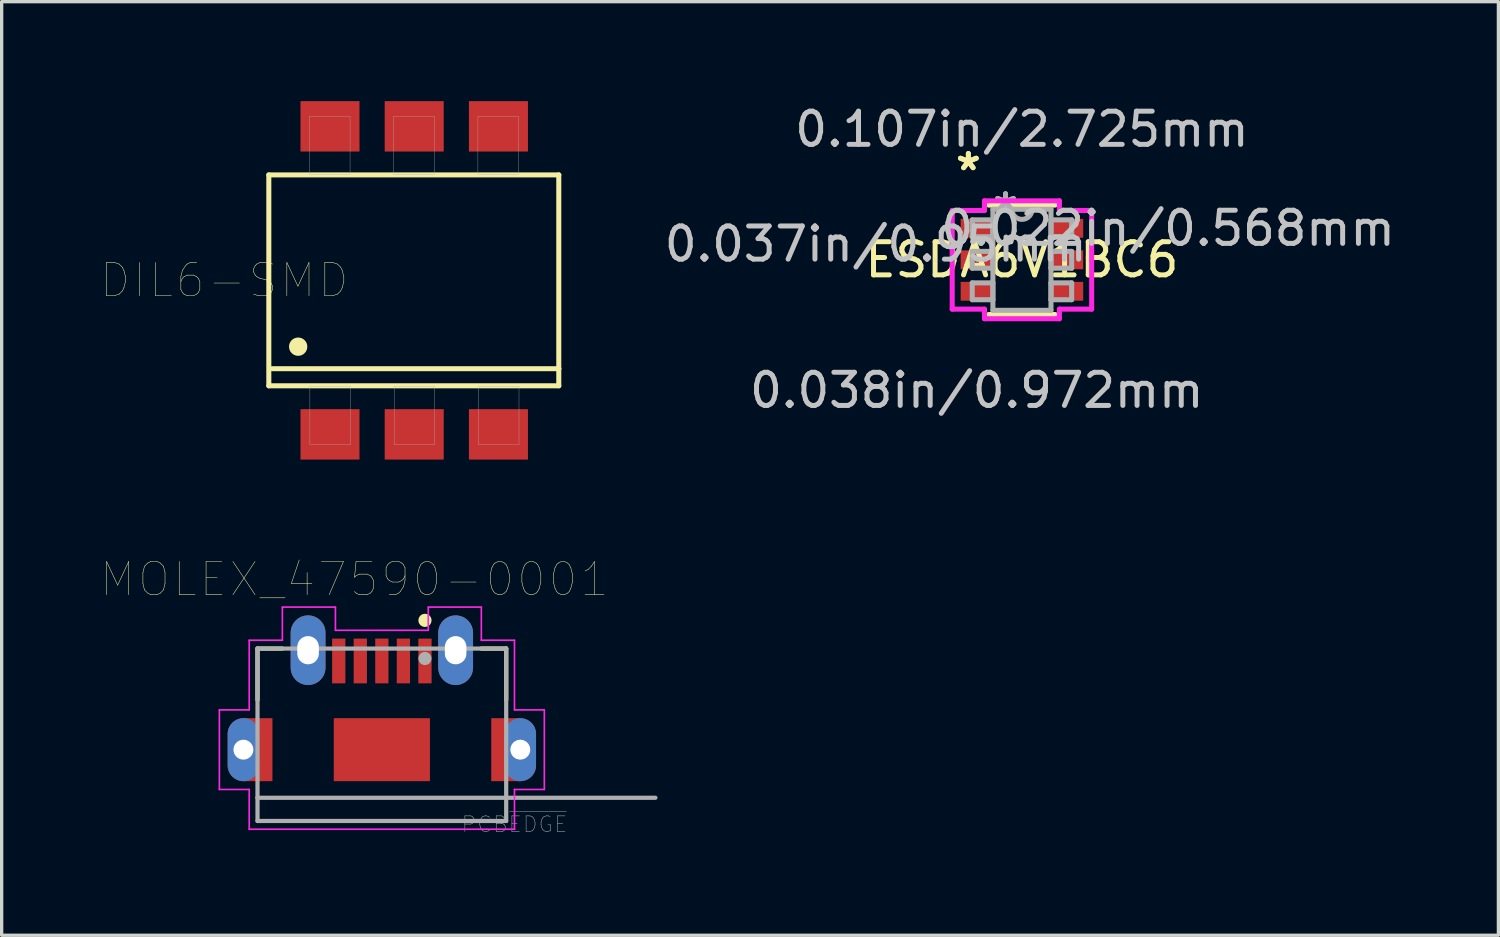
<source format=kicad_pcb>
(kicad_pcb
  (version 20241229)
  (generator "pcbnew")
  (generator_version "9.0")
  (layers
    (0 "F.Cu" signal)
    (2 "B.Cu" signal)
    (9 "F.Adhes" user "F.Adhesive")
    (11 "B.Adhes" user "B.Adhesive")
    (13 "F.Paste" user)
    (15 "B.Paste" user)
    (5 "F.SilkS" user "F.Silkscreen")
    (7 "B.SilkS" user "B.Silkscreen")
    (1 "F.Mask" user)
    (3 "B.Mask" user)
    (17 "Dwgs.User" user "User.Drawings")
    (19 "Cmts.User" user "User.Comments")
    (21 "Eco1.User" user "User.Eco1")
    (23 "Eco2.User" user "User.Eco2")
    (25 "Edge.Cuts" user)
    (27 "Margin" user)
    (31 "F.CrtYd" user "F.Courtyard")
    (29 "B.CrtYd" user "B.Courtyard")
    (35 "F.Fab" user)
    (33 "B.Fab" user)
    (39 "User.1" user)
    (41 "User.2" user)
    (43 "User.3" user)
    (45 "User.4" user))
  (footprint "ESDA6V1BC6"
    (layer "F.Cu")
    (at 27.77 4.785)
    (property "Reference" "ESDA6V1BC6" (at 0 0 0) (layer "F.SilkS") (effects (font (size 1 1) (thickness 0.15))))
    (attr through_hole)
    (fp_line (start -1.003 1.651) (end 1.003 1.651) (stroke (width 0.152) (type solid)) (layer "F.SilkS"))
    (fp_line (start 1.003 -1.651) (end -1.003 -1.651) (stroke (width 0.152) (type solid)) (layer "F.SilkS"))
    (fp_line (start -2.103 -1.488) (end -1.13 -1.488) (stroke (width 0.152) (type solid)) (layer "F.CrtYd"))
    (fp_line (start -2.103 1.488) (end -2.103 -1.488) (stroke (width 0.152) (type solid)) (layer "F.CrtYd"))
    (fp_line (start -1.13 -1.778) (end 1.13 -1.778) (stroke (width 0.152) (type solid)) (layer "F.CrtYd"))
    (fp_line (start -1.13 -1.488) (end -1.13 -1.778) (stroke (width 0.152) (type solid)) (layer "F.CrtYd"))
    (fp_line (start -1.13 1.488) (end -2.103 1.488) (stroke (width 0.152) (type solid)) (layer "F.CrtYd"))
    (fp_line (start -1.13 1.778) (end -1.13 1.488) (stroke (width 0.152) (type solid)) (layer "F.CrtYd"))
    (fp_line (start 1.13 -1.778) (end 1.13 -1.488) (stroke (width 0.152) (type solid)) (layer "F.CrtYd"))
    (fp_line (start 1.13 -1.488) (end 2.103 -1.488) (stroke (width 0.152) (type solid)) (layer "F.CrtYd"))
    (fp_line (start 1.13 1.488) (end 1.13 1.778) (stroke (width 0.152) (type solid)) (layer "F.CrtYd"))
    (fp_line (start 1.13 1.778) (end -1.13 1.778) (stroke (width 0.152) (type solid)) (layer "F.CrtYd"))
    (fp_line (start 2.103 -1.488) (end 2.103 1.488) (stroke (width 0.152) (type solid)) (layer "F.CrtYd"))
    (fp_line (start 2.103 1.488) (end 1.13 1.488) (stroke (width 0.152) (type solid)) (layer "F.CrtYd"))
    (fp_line (start -1.499 -1.204) (end -1.499 -0.696) (stroke (width 0.152) (type solid)) (layer "F.Fab"))
    (fp_line (start -1.499 -0.696) (end -0.876 -0.696) (stroke (width 0.152) (type solid)) (layer "F.Fab"))
    (fp_line (start -1.499 -0.254) (end -1.499 0.254) (stroke (width 0.152) (type solid)) (layer "F.Fab"))
    (fp_line (start -1.499 0.254) (end -0.876 0.254) (stroke (width 0.152) (type solid)) (layer "F.Fab"))
    (fp_line (start -1.499 0.696) (end -1.499 1.204) (stroke (width 0.152) (type solid)) (layer "F.Fab"))
    (fp_line (start -1.499 1.204) (end -0.876 1.204) (stroke (width 0.152) (type solid)) (layer "F.Fab"))
    (fp_line (start -0.876 -1.524) (end -0.876 1.524) (stroke (width 0.152) (type solid)) (layer "F.Fab"))
    (fp_line (start -0.876 -1.204) (end -1.499 -1.204) (stroke (width 0.152) (type solid)) (layer "F.Fab"))
    (fp_line (start -0.876 -0.696) (end -0.876 -1.204) (stroke (width 0.152) (type solid)) (layer "F.Fab"))
    (fp_line (start -0.876 -0.254) (end -1.499 -0.254) (stroke (width 0.152) (type solid)) (layer "F.Fab"))
    (fp_line (start -0.876 0.254) (end -0.876 -0.254) (stroke (width 0.152) (type solid)) (layer "F.Fab"))
    (fp_line (start -0.876 0.696) (end -1.499 0.696) (stroke (width 0.152) (type solid)) (layer "F.Fab"))
    (fp_line (start -0.876 1.204) (end -0.876 0.696) (stroke (width 0.152) (type solid)) (layer "F.Fab"))
    (fp_line (start -0.876 1.524) (end 0.876 1.524) (stroke (width 0.152) (type solid)) (layer "F.Fab"))
    (fp_line (start 0.876 -1.524) (end -0.876 -1.524) (stroke (width 0.152) (type solid)) (layer "F.Fab"))
    (fp_line (start 0.876 -1.204) (end 0.876 -0.696) (stroke (width 0.152) (type solid)) (layer "F.Fab"))
    (fp_line (start 0.876 -0.696) (end 1.499 -0.696) (stroke (width 0.152) (type solid)) (layer "F.Fab"))
    (fp_line (start 0.876 -0.254) (end 0.876 0.254) (stroke (width 0.152) (type solid)) (layer "F.Fab"))
    (fp_line (start 0.876 0.254) (end 1.499 0.254) (stroke (width 0.152) (type solid)) (layer "F.Fab"))
    (fp_line (start 0.876 0.696) (end 0.876 1.204) (stroke (width 0.152) (type solid)) (layer "F.Fab"))
    (fp_line (start 0.876 1.204) (end 1.499 1.204) (stroke (width 0.152) (type solid)) (layer "F.Fab"))
    (fp_line (start 0.876 1.524) (end 0.876 -1.524) (stroke (width 0.152) (type solid)) (layer "F.Fab"))
    (fp_line (start 1.499 -1.204) (end 0.876 -1.204) (stroke (width 0.152) (type solid)) (layer "F.Fab"))
    (fp_line (start 1.499 -0.696) (end 1.499 -1.204) (stroke (width 0.152) (type solid)) (layer "F.Fab"))
    (fp_line (start 1.499 -0.254) (end 0.876 -0.254) (stroke (width 0.152) (type solid)) (layer "F.Fab"))
    (fp_line (start 1.499 0.254) (end 1.499 -0.254) (stroke (width 0.152) (type solid)) (layer "F.Fab"))
    (fp_line (start 1.499 0.696) (end 0.876 0.696) (stroke (width 0.152) (type solid)) (layer "F.Fab"))
    (fp_line (start 1.499 1.204) (end 1.499 0.696) (stroke (width 0.152) (type solid)) (layer "F.Fab"))
    (fp_arc (start 0.3048 -1.524) (mid 0 -1.2192) (end -0.3048 -1.524) (stroke (width 0.1524) (type solid)) (layer "F.Fab"))
    (fp_text user "*" (at -1.616 -2.661 0) (layer "F.SilkS") (effects (font (size 1 1) (thickness 0.15))))
    (fp_text user "*" (at -1.616 -2.661 0) (layer "F.SilkS") (effects (font (size 1 1) (thickness 0.15))))
    (fp_text user "0.037in/0.95mm" (at -4.41 -0.475 0) (layer "Dwgs.User") (effects (font (size 1 1) (thickness 0.15))))
    (fp_text user "0.022in/0.568mm" (at 4.41 -0.95 0) (layer "Dwgs.User") (effects (font (size 1 1) (thickness 0.15))))
    (fp_text user "0.038in/0.972mm" (at -1.362 3.937 0) (layer "Dwgs.User") (effects (font (size 1 1) (thickness 0.15))))
    (fp_text user "0.107in/2.725mm" (at 0 -3.937 0) (layer "Dwgs.User") (effects (font (size 1 1) (thickness 0.15))))
    (fp_text user "Copyright 2016 Accelerated Designs. All rights reserved." (at 0 0 0) (layer "Cmts.User") (effects (font (size 0.127 0.127) (thickness 0.002))))
    (fp_text user "*" (at -0.495 -1.448 0) (layer "F.Fab") (effects (font (size 1 1) (thickness 0.15))))
    (fp_text user "*" (at -0.495 -1.448 0) (layer "F.Fab") (effects (font (size 1 1) (thickness 0.15))))
    (pad "1" smd rect (at -1.362 -0.95) (size 0.972 0.568) (layers "F.Cu" "F.Mask" "F.Paste"))
    (pad "2" smd rect (at -1.362 0) (size 0.972 0.568) (layers "F.Cu" "F.Mask" "F.Paste"))
    (pad "3" smd rect (at -1.362 0.95) (size 0.972 0.568) (layers "F.Cu" "F.Mask" "F.Paste"))
    (pad "4" smd rect (at 1.362 0.95) (size 0.972 0.568) (layers "F.Cu" "F.Mask" "F.Paste"))
    (pad "5" smd rect (at 1.362 0) (size 0.972 0.568) (layers "F.Cu" "F.Mask" "F.Paste"))
    (pad "6" smd rect (at 1.362 -0.95) (size 0.972 0.568) (layers "F.Cu" "F.Mask" "F.Paste")))
  (footprint "DIL6-SMD"
    (layer "F.Cu")
    (at 9.442 5.405)
    (property "Reference" "DIL6-SMD" (at -5.726 -0.00001 180) (layer "F.SilkS") (effects (font (size 1.002 1.002) (thickness 0.015))))
    (attr through_hole)
    (fp_line (start -4.385 -3.18) (end 4.36 -3.18) (stroke (width 0.152) (type solid)) (layer "F.SilkS"))
    (fp_line (start -4.385 3.18) (end -4.385 -3.18) (stroke (width 0.152) (type solid)) (layer "F.SilkS"))
    (fp_line (start 4.36 -3.18) (end 4.36 2.664) (stroke (width 0.152) (type solid)) (layer "F.SilkS"))
    (fp_line (start 4.36 2.664) (end -4.285 2.664) (stroke (width 0.152) (type solid)) (layer "F.SilkS"))
    (fp_line (start 4.36 2.664) (end 4.36 3.18) (stroke (width 0.152) (type solid)) (layer "F.SilkS"))
    (fp_line (start 4.36 3.18) (end -4.385 3.18) (stroke (width 0.152) (type solid)) (layer "F.SilkS"))
    (fp_circle (center -3.5 2) (end -3.224 2) (stroke (width 0) (type solid)) (fill yes) (layer "F.SilkS"))
    (fp_poly (pts (xy -3.163 -4.95) (xy -1.935 -4.95) (xy -1.935 -3.203) (xy -3.163 -3.203)) (stroke (width 0.01) (type solid)) (fill no) (layer "F.Fab"))
    (fp_poly (pts (xy -3.146 3.2) (xy -1.92 3.2) (xy -1.92 4.951) (xy -3.146 4.951)) (stroke (width 0.01) (type solid)) (fill no) (layer "F.Fab"))
    (fp_poly (pts (xy -0.621 -4.95) (xy 0.605 -4.95) (xy 0.605 -3.203) (xy -0.621 -3.203)) (stroke (width 0.01) (type solid)) (fill no) (layer "F.Fab"))
    (fp_poly (pts (xy -0.605 3.2) (xy 0.62 3.2) (xy 0.62 4.953) (xy -0.605 4.953)) (stroke (width 0.01) (type solid)) (fill no) (layer "F.Fab"))
    (fp_poly (pts (xy 1.921 -4.95) (xy 3.145 -4.95) (xy 3.145 -3.202) (xy 1.921 -3.202)) (stroke (width 0.01) (type solid)) (fill no) (layer "F.Fab"))
    (fp_poly (pts (xy 1.939 3.2) (xy 3.16 3.2) (xy 3.16 4.959) (xy 1.939 4.959)) (stroke (width 0.01) (type solid)) (fill no) (layer "F.Fab"))
    (pad "1" smd rect (at -2.54 4.645) (size 1.78 1.52) (layers "F.Cu" "F.Mask" "F.Paste"))
    (pad "2" smd rect (at 0 4.645) (size 1.78 1.52) (layers "F.Cu" "F.Mask" "F.Paste"))
    (pad "3" smd rect (at 2.54 4.645) (size 1.78 1.52) (layers "F.Cu" "F.Mask" "F.Paste"))
    (pad "4" smd rect (at 2.54 -4.645) (size 1.78 1.52) (layers "F.Cu" "F.Mask" "F.Paste"))
    (pad "5" smd rect (at 0 -4.645) (size 1.78 1.52) (layers "F.Cu" "F.Mask" "F.Paste"))
    (pad "6" smd rect (at -2.54 -4.645) (size 1.78 1.52) (layers "F.Cu" "F.Mask" "F.Paste")))
  (footprint "MOLEX_47590-0001"
    (layer "F.Cu")
    (at 8.466 19.559)
    (property "Reference" "MOLEX_47590-0001" (at -0.825 -5.137 0) (layer "F.SilkS") (effects (font (size 1 1) (thickness 0.015))))
    (attr through_hole)
    (fp_line (start -3.75 -3.05) (end -3.75 -1.5) (stroke (width 0.127) (type solid)) (layer "F.SilkS"))
    (fp_line (start -3 -3.05) (end -3.75 -3.05) (stroke (width 0.127) (type solid)) (layer "F.SilkS"))
    (fp_line (start 3 -3.05) (end 3.75 -3.05) (stroke (width 0.127) (type solid)) (layer "F.SilkS"))
    (fp_line (start 3.75 -3.05) (end 3.75 -1.5) (stroke (width 0.127) (type solid)) (layer "F.SilkS"))
    (fp_circle (center 1.3 -3.9) (end 1.4 -3.9) (stroke (width 0.2) (type solid)) (fill no) (layer "F.SilkS"))
    (fp_line (start -4.475 0) (end -4.475 -0.35) (stroke (width 0.0001) (type solid)) (layer "Edge.Cuts"))
    (fp_line (start -4.475 0.35) (end -4.475 0) (stroke (width 0.0001) (type solid)) (layer "Edge.Cuts"))
    (fp_line (start -3.875 -0.35) (end -3.875 0) (stroke (width 0.0001) (type solid)) (layer "Edge.Cuts"))
    (fp_line (start -3.875 0) (end -3.875 0.35) (stroke (width 0.0001) (type solid)) (layer "Edge.Cuts"))
    (fp_line (start -2.8 1.45) (end -4.7 1.45) (stroke (width 0.0001) (type solid)) (layer "Edge.Cuts"))
    (fp_line (start -2.8 1.45) (end -2.8 -0.125) (stroke (width 0.0001) (type solid)) (layer "Edge.Cuts"))
    (fp_line (start -1.95 -0.125) (end -1.95 1.45) (stroke (width 0.0001) (type solid)) (layer "Edge.Cuts"))
    (fp_line (start -1.95 1.45) (end 1.95 1.45) (stroke (width 0.0001) (type solid)) (layer "Edge.Cuts"))
    (fp_line (start 1.95 1.45) (end 1.95 -0.125) (stroke (width 0.0001) (type solid)) (layer "Edge.Cuts"))
    (fp_line (start 2.8 -0.125) (end 2.8 1.45) (stroke (width 0.0001) (type solid)) (layer "Edge.Cuts"))
    (fp_line (start 2.8 1.45) (end 4.7 1.45) (stroke (width 0.0001) (type solid)) (layer "Edge.Cuts"))
    (fp_line (start 3.875 -0.35) (end 3.875 0) (stroke (width 0.0001) (type solid)) (layer "Edge.Cuts"))
    (fp_line (start 3.875 0) (end 3.875 0.35) (stroke (width 0.0001) (type solid)) (layer "Edge.Cuts"))
    (fp_line (start 4.475 0) (end 4.475 -0.35) (stroke (width 0.0001) (type solid)) (layer "Edge.Cuts"))
    (fp_line (start 4.475 0.35) (end 4.475 0) (stroke (width 0.0001) (type solid)) (layer "Edge.Cuts"))
    (fp_arc (start -4.475 -0.35) (mid -4.387132 -0.562132) (end -4.175 -0.65) (stroke (width 0.0001) (type solid)) (layer "Edge.Cuts"))
    (fp_arc (start -4.175 -0.65) (mid -3.962868 -0.562132) (end -3.875 -0.35) (stroke (width 0.0001) (type solid)) (layer "Edge.Cuts"))
    (fp_arc (start -4.175 0.65) (mid -4.387132 0.562132) (end -4.475 0.35) (stroke (width 0.0001) (type solid)) (layer "Edge.Cuts"))
    (fp_arc (start -3.875 0.35) (mid -3.962868 0.562132) (end -4.175 0.65) (stroke (width 0.0001) (type solid)) (layer "Edge.Cuts"))
    (fp_arc (start -2.8 -0.125) (mid -2.375 -0.55) (end -1.95 -0.125) (stroke (width 0.0001) (type solid)) (layer "Edge.Cuts"))
    (fp_arc (start 1.95 -0.125) (mid 2.375 -0.55) (end 2.8 -0.125) (stroke (width 0.0001) (type solid)) (layer "Edge.Cuts"))
    (fp_arc (start 3.875 -0.35) (mid 3.962868 -0.562132) (end 4.175 -0.65) (stroke (width 0.0001) (type solid)) (layer "Edge.Cuts"))
    (fp_arc (start 4.175 -0.65) (mid 4.387132 -0.562132) (end 4.475 -0.35) (stroke (width 0.0001) (type solid)) (layer "Edge.Cuts"))
    (fp_arc (start 4.175 0.65) (mid 3.962868 0.562132) (end 3.875 0.35) (stroke (width 0.0001) (type solid)) (layer "Edge.Cuts"))
    (fp_arc (start 4.475 0.35) (mid 4.387132 0.562132) (end 4.175 0.65) (stroke (width 0.0001) (type solid)) (layer "Edge.Cuts"))
    (fp_line (start -4.9 -1.2) (end -4 -1.2) (stroke (width 0.05) (type solid)) (layer "F.CrtYd"))
    (fp_line (start -4.9 1.2) (end -4.9 -1.2) (stroke (width 0.05) (type solid)) (layer "F.CrtYd"))
    (fp_line (start -4 -3.3) (end -3 -3.3) (stroke (width 0.05) (type solid)) (layer "F.CrtYd"))
    (fp_line (start -4 -1.2) (end -4 -3.3) (stroke (width 0.05) (type solid)) (layer "F.CrtYd"))
    (fp_line (start -4 1.2) (end -4.9 1.2) (stroke (width 0.05) (type solid)) (layer "F.CrtYd"))
    (fp_line (start -4 2.4) (end -4 1.2) (stroke (width 0.05) (type solid)) (layer "F.CrtYd"))
    (fp_line (start -3 -4.3) (end -1.4 -4.3) (stroke (width 0.05) (type solid)) (layer "F.CrtYd"))
    (fp_line (start -3 -3.3) (end -3 -4.3) (stroke (width 0.05) (type solid)) (layer "F.CrtYd"))
    (fp_line (start -1.4 -4.3) (end -1.4 -3.6) (stroke (width 0.05) (type solid)) (layer "F.CrtYd"))
    (fp_line (start -1.4 -3.6) (end 1.4 -3.6) (stroke (width 0.05) (type solid)) (layer "F.CrtYd"))
    (fp_line (start 1.4 -4.3) (end 3 -4.3) (stroke (width 0.05) (type solid)) (layer "F.CrtYd"))
    (fp_line (start 1.4 -3.6) (end 1.4 -4.3) (stroke (width 0.05) (type solid)) (layer "F.CrtYd"))
    (fp_line (start 3 -4.3) (end 3 -3.3) (stroke (width 0.05) (type solid)) (layer "F.CrtYd"))
    (fp_line (start 3 -3.3) (end 4 -3.3) (stroke (width 0.05) (type solid)) (layer "F.CrtYd"))
    (fp_line (start 4 -3.3) (end 4 -1.2) (stroke (width 0.05) (type solid)) (layer "F.CrtYd"))
    (fp_line (start 4 -1.2) (end 4.9 -1.2) (stroke (width 0.05) (type solid)) (layer "F.CrtYd"))
    (fp_line (start 4 1.2) (end 4 2.4) (stroke (width 0.05) (type solid)) (layer "F.CrtYd"))
    (fp_line (start 4 2.4) (end -4 2.4) (stroke (width 0.05) (type solid)) (layer "F.CrtYd"))
    (fp_line (start 4.9 -1.2) (end 4.9 1.2) (stroke (width 0.05) (type solid)) (layer "F.CrtYd"))
    (fp_line (start 4.9 1.2) (end 4 1.2) (stroke (width 0.05) (type solid)) (layer "F.CrtYd"))
    (fp_line (start -3.75 -3.05) (end 3.75 -3.05) (stroke (width 0.127) (type solid)) (layer "F.Fab"))
    (fp_line (start -3.75 1.45) (end -3.75 -3.05) (stroke (width 0.127) (type solid)) (layer "F.Fab"))
    (fp_line (start -3.75 1.45) (end 8.25 1.45) (stroke (width 0.127) (type solid)) (layer "F.Fab"))
    (fp_line (start -3.75 2.15) (end -3.75 1.45) (stroke (width 0.127) (type solid)) (layer "F.Fab"))
    (fp_line (start 3.75 -3.05) (end 3.75 2.15) (stroke (width 0.127) (type solid)) (layer "F.Fab"))
    (fp_line (start 3.75 2.15) (end -3.75 2.15) (stroke (width 0.127) (type solid)) (layer "F.Fab"))
    (fp_circle (center 1.3 -2.75) (end 1.4 -2.75) (stroke (width 0.2) (type solid)) (fill no) (layer "F.Fab"))
    (fp_text user "PCB~{EDGE}" (at 4.001 2.251 0) (layer "F.Fab") (effects (font (size 0.473 0.473) (thickness 0.015))))
    (pad "1" smd rect (at 1.3 -2.675) (size 0.4 1.35) (layers "F.Cu" "F.Mask" "F.Paste"))
    (pad "2" smd rect (at 0.65 -2.675) (size 0.4 1.35) (layers "F.Cu" "F.Mask" "F.Paste"))
    (pad "3" smd rect (at 0 -2.675) (size 0.4 1.35) (layers "F.Cu" "F.Mask" "F.Paste"))
    (pad "4" smd rect (at -0.65 -2.675) (size 0.4 1.35) (layers "F.Cu" "F.Mask" "F.Paste"))
    (pad "5" smd rect (at -1.3 -2.675) (size 0.4 1.35) (layers "F.Cu" "F.Mask" "F.Paste"))
    (pad "P1" smd rect (at 0 0) (size 2.9 1.9) (layers "F.Cu" "F.Mask" "F.Paste"))
    (pad "P2" smd rect (at -3.737 0) (size 0.875 1.9) (layers "F.Cu" "F.Mask" "F.Paste"))
    (pad "P3" smd rect (at 3.737 0) (size 0.875 1.9) (layers "F.Cu" "F.Mask" "F.Paste"))
    (pad "S1" thru_hole oval (at -2.225 -3) (size 1.05 2.1) (drill oval 0.65 0.85) (layers "*.Cu" "*.Mask"))
    (pad "S2" thru_hole oval (at 2.225 -3) (size 1.05 2.1) (drill oval 0.65 0.85) (layers "*.Cu" "*.Mask"))
    (pad "S3" thru_hole oval (at -4.175 0) (size 0.95 1.9) (drill 0.6) (layers "*.Cu" "*.Mask"))
    (pad "S4" thru_hole oval (at 4.175 0) (size 0.95 1.9) (drill 0.6) (layers "*.Cu" "*.Mask")))
  (gr_rect
    (start -3 -3)
    (end 42.139 25.156)
    (stroke (width 0.1) (type default))
    (fill no)
    (layer "Edge.Cuts")))
</source>
